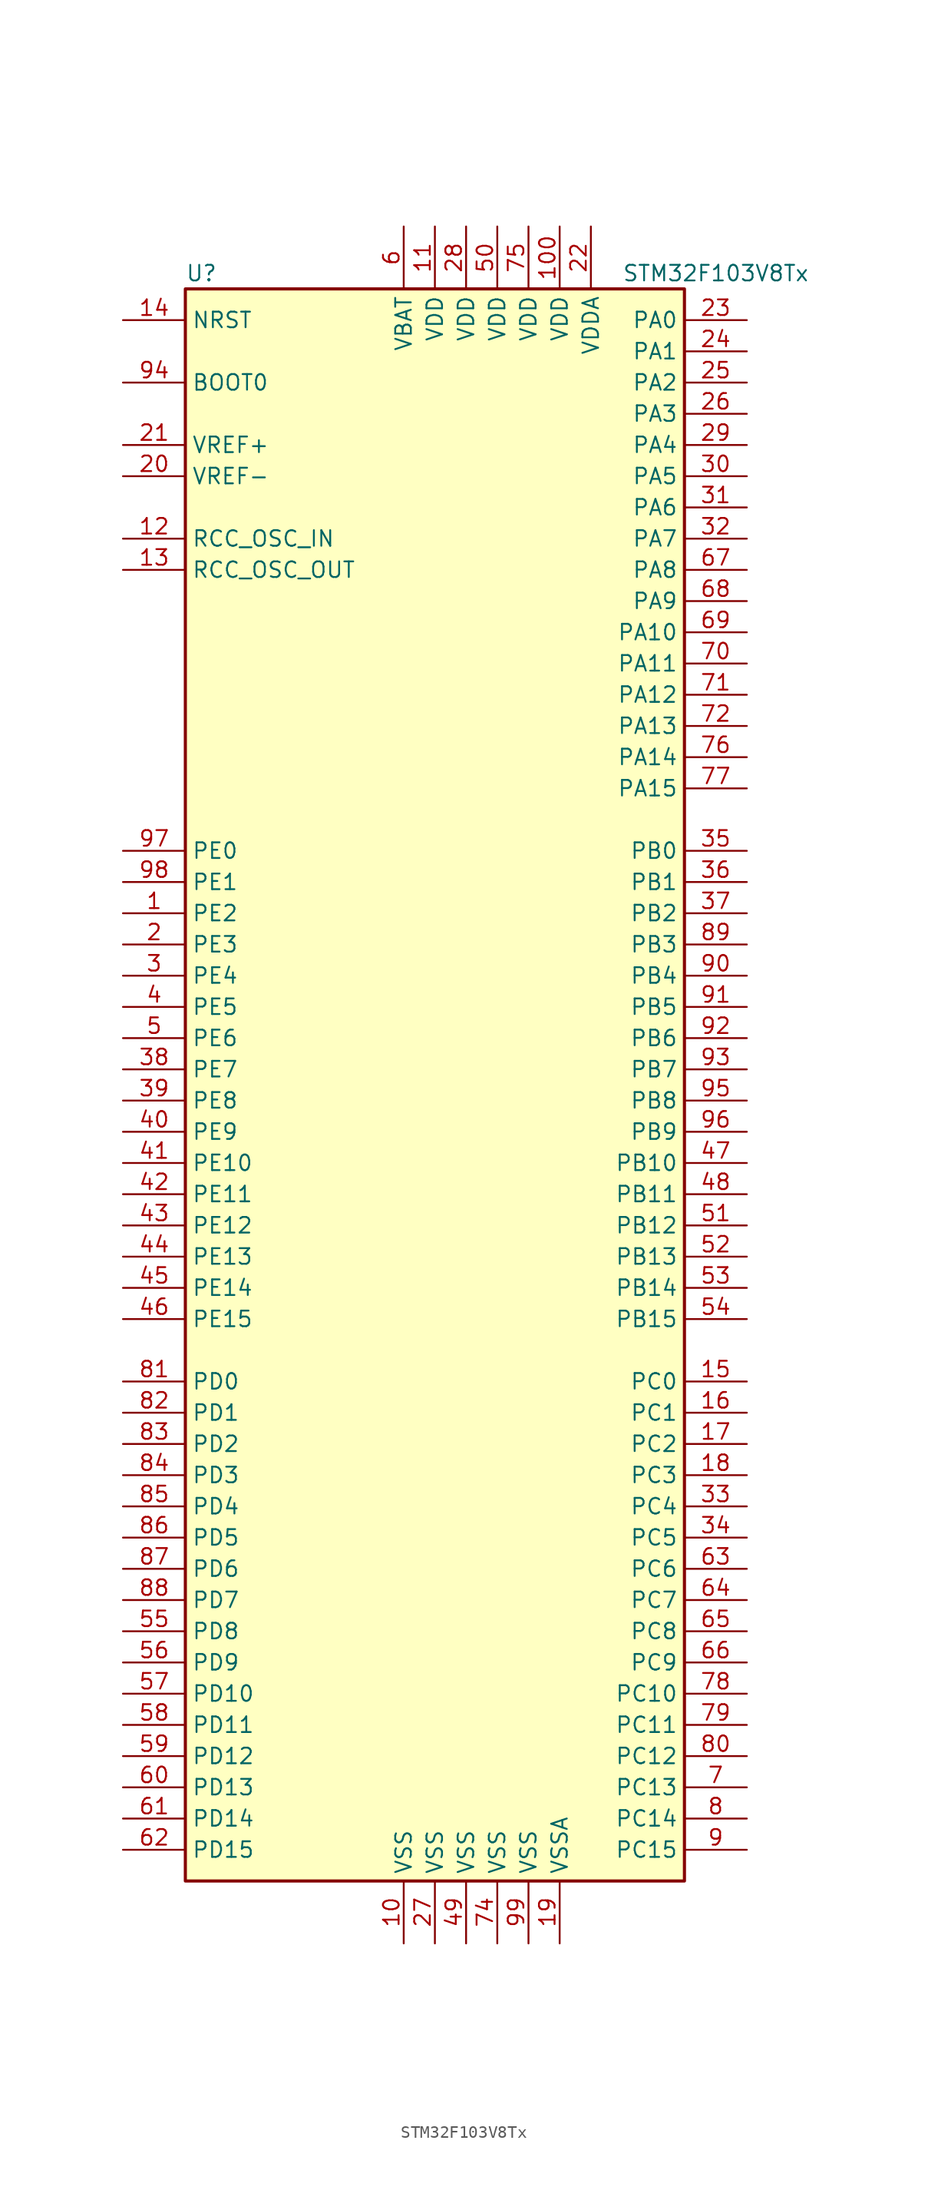
<source format=kicad_sym>
(kicad_symbol_lib
  (version 20211014)
  (generator kicad_symbol_editor)
  (symbol "STM32F103V8Tx"
    (property "Reference" "U"
      (at -20.32 64.77 0)
      (effects (font (size 1.27 1.27)) (justify left)))
    (property "Value" "STM32F103V8Tx"
      (at 15.24 64.77 0)
      (effects (font (size 1.27 1.27)) (justify left)))
    (symbol "STM32F103V8Tx_0_1"
      (rectangle (start -20.32 -66.04) (end 20.32 63.5) (stroke (width 0.254) (type default) (color 0 0 0 0)) (fill (type background))))
    (symbol "STM32F103V8Tx_1_1"
      (pin bidirectional line (at -25.4 12.7 0) (length 5.08) (name "PE2" (effects (font (size 1.27 1.27)))) (number "1" (effects (font (size 1.27 1.27)))))
      (pin power_in line (at -2.54 -71.12 90) (length 5.08) (name "VSS" (effects (font (size 1.27 1.27)))) (number "10" (effects (font (size 1.27 1.27)))))
      (pin power_in line (at 10.16 68.58 270) (length 5.08) (name "VDD" (effects (font (size 1.27 1.27)))) (number "100" (effects (font (size 1.27 1.27)))))
      (pin power_in line (at 0 68.58 270) (length 5.08) (name "VDD" (effects (font (size 1.27 1.27)))) (number "11" (effects (font (size 1.27 1.27)))))
      (pin input line (at -25.4 43.18 0) (length 5.08) (name "RCC_OSC_IN" (effects (font (size 1.27 1.27)))) (number "12" (effects (font (size 1.27 1.27)))))
      (pin input line (at -25.4 40.64 0) (length 5.08) (name "RCC_OSC_OUT" (effects (font (size 1.27 1.27)))) (number "13" (effects (font (size 1.27 1.27)))))
      (pin input line (at -25.4 60.96 0) (length 5.08) (name "NRST" (effects (font (size 1.27 1.27)))) (number "14" (effects (font (size 1.27 1.27)))))
      (pin bidirectional line (at 25.4 -25.4 180) (length 5.08) (name "PC0" (effects (font (size 1.27 1.27)))) (number "15" (effects (font (size 1.27 1.27)))))
      (pin bidirectional line (at 25.4 -27.94 180) (length 5.08) (name "PC1" (effects (font (size 1.27 1.27)))) (number "16" (effects (font (size 1.27 1.27)))))
      (pin bidirectional line (at 25.4 -30.48 180) (length 5.08) (name "PC2" (effects (font (size 1.27 1.27)))) (number "17" (effects (font (size 1.27 1.27)))))
      (pin bidirectional line (at 25.4 -33.02 180) (length 5.08) (name "PC3" (effects (font (size 1.27 1.27)))) (number "18" (effects (font (size 1.27 1.27)))))
      (pin power_in line (at 10.16 -71.12 90) (length 5.08) (name "VSSA" (effects (font (size 1.27 1.27)))) (number "19" (effects (font (size 1.27 1.27)))))
      (pin bidirectional line (at -25.4 10.16 0) (length 5.08) (name "PE3" (effects (font (size 1.27 1.27)))) (number "2" (effects (font (size 1.27 1.27)))))
      (pin power_in line (at -25.4 48.26 0) (length 5.08) (name "VREF-" (effects (font (size 1.27 1.27)))) (number "20" (effects (font (size 1.27 1.27)))))
      (pin power_in line (at -25.4 50.8 0) (length 5.08) (name "VREF+" (effects (font (size 1.27 1.27)))) (number "21" (effects (font (size 1.27 1.27)))))
      (pin power_in line (at 12.7 68.58 270) (length 5.08) (name "VDDA" (effects (font (size 1.27 1.27)))) (number "22" (effects (font (size 1.27 1.27)))))
      (pin bidirectional line (at 25.4 60.96 180) (length 5.08) (name "PA0" (effects (font (size 1.27 1.27)))) (number "23" (effects (font (size 1.27 1.27)))))
      (pin bidirectional line (at 25.4 58.42 180) (length 5.08) (name "PA1" (effects (font (size 1.27 1.27)))) (number "24" (effects (font (size 1.27 1.27)))))
      (pin bidirectional line (at 25.4 55.88 180) (length 5.08) (name "PA2" (effects (font (size 1.27 1.27)))) (number "25" (effects (font (size 1.27 1.27)))))
      (pin bidirectional line (at 25.4 53.34 180) (length 5.08) (name "PA3" (effects (font (size 1.27 1.27)))) (number "26" (effects (font (size 1.27 1.27)))))
      (pin power_in line (at 0 -71.12 90) (length 5.08) (name "VSS" (effects (font (size 1.27 1.27)))) (number "27" (effects (font (size 1.27 1.27)))))
      (pin power_in line (at 2.54 68.58 270) (length 5.08) (name "VDD" (effects (font (size 1.27 1.27)))) (number "28" (effects (font (size 1.27 1.27)))))
      (pin bidirectional line (at 25.4 50.8 180) (length 5.08) (name "PA4" (effects (font (size 1.27 1.27)))) (number "29" (effects (font (size 1.27 1.27)))))
      (pin bidirectional line (at -25.4 7.62 0) (length 5.08) (name "PE4" (effects (font (size 1.27 1.27)))) (number "3" (effects (font (size 1.27 1.27)))))
      (pin bidirectional line (at 25.4 48.26 180) (length 5.08) (name "PA5" (effects (font (size 1.27 1.27)))) (number "30" (effects (font (size 1.27 1.27)))))
      (pin bidirectional line (at 25.4 45.72 180) (length 5.08) (name "PA6" (effects (font (size 1.27 1.27)))) (number "31" (effects (font (size 1.27 1.27)))))
      (pin bidirectional line (at 25.4 43.18 180) (length 5.08) (name "PA7" (effects (font (size 1.27 1.27)))) (number "32" (effects (font (size 1.27 1.27)))))
      (pin bidirectional line (at 25.4 -35.56 180) (length 5.08) (name "PC4" (effects (font (size 1.27 1.27)))) (number "33" (effects (font (size 1.27 1.27)))))
      (pin bidirectional line (at 25.4 -38.1 180) (length 5.08) (name "PC5" (effects (font (size 1.27 1.27)))) (number "34" (effects (font (size 1.27 1.27)))))
      (pin bidirectional line (at 25.4 17.78 180) (length 5.08) (name "PB0" (effects (font (size 1.27 1.27)))) (number "35" (effects (font (size 1.27 1.27)))))
      (pin bidirectional line (at 25.4 15.24 180) (length 5.08) (name "PB1" (effects (font (size 1.27 1.27)))) (number "36" (effects (font (size 1.27 1.27)))))
      (pin bidirectional line (at 25.4 12.7 180) (length 5.08) (name "PB2" (effects (font (size 1.27 1.27)))) (number "37" (effects (font (size 1.27 1.27)))))
      (pin bidirectional line (at -25.4 0 0) (length 5.08) (name "PE7" (effects (font (size 1.27 1.27)))) (number "38" (effects (font (size 1.27 1.27)))))
      (pin bidirectional line (at -25.4 -2.54 0) (length 5.08) (name "PE8" (effects (font (size 1.27 1.27)))) (number "39" (effects (font (size 1.27 1.27)))))
      (pin bidirectional line (at -25.4 5.08 0) (length 5.08) (name "PE5" (effects (font (size 1.27 1.27)))) (number "4" (effects (font (size 1.27 1.27)))))
      (pin bidirectional line (at -25.4 -5.08 0) (length 5.08) (name "PE9" (effects (font (size 1.27 1.27)))) (number "40" (effects (font (size 1.27 1.27)))))
      (pin bidirectional line (at -25.4 -7.62 0) (length 5.08) (name "PE10" (effects (font (size 1.27 1.27)))) (number "41" (effects (font (size 1.27 1.27)))))
      (pin bidirectional line (at -25.4 -10.16 0) (length 5.08) (name "PE11" (effects (font (size 1.27 1.27)))) (number "42" (effects (font (size 1.27 1.27)))))
      (pin bidirectional line (at -25.4 -12.7 0) (length 5.08) (name "PE12" (effects (font (size 1.27 1.27)))) (number "43" (effects (font (size 1.27 1.27)))))
      (pin bidirectional line (at -25.4 -15.24 0) (length 5.08) (name "PE13" (effects (font (size 1.27 1.27)))) (number "44" (effects (font (size 1.27 1.27)))))
      (pin bidirectional line (at -25.4 -17.78 0) (length 5.08) (name "PE14" (effects (font (size 1.27 1.27)))) (number "45" (effects (font (size 1.27 1.27)))))
      (pin bidirectional line (at -25.4 -20.32 0) (length 5.08) (name "PE15" (effects (font (size 1.27 1.27)))) (number "46" (effects (font (size 1.27 1.27)))))
      (pin bidirectional line (at 25.4 -7.62 180) (length 5.08) (name "PB10" (effects (font (size 1.27 1.27)))) (number "47" (effects (font (size 1.27 1.27)))))
      (pin bidirectional line (at 25.4 -10.16 180) (length 5.08) (name "PB11" (effects (font (size 1.27 1.27)))) (number "48" (effects (font (size 1.27 1.27)))))
      (pin power_in line (at 2.54 -71.12 90) (length 5.08) (name "VSS" (effects (font (size 1.27 1.27)))) (number "49" (effects (font (size 1.27 1.27)))))
      (pin bidirectional line (at -25.4 2.54 0) (length 5.08) (name "PE6" (effects (font (size 1.27 1.27)))) (number "5" (effects (font (size 1.27 1.27)))))
      (pin power_in line (at 5.08 68.58 270) (length 5.08) (name "VDD" (effects (font (size 1.27 1.27)))) (number "50" (effects (font (size 1.27 1.27)))))
      (pin bidirectional line (at 25.4 -12.7 180) (length 5.08) (name "PB12" (effects (font (size 1.27 1.27)))) (number "51" (effects (font (size 1.27 1.27)))))
      (pin bidirectional line (at 25.4 -15.24 180) (length 5.08) (name "PB13" (effects (font (size 1.27 1.27)))) (number "52" (effects (font (size 1.27 1.27)))))
      (pin bidirectional line (at 25.4 -17.78 180) (length 5.08) (name "PB14" (effects (font (size 1.27 1.27)))) (number "53" (effects (font (size 1.27 1.27)))))
      (pin bidirectional line (at 25.4 -20.32 180) (length 5.08) (name "PB15" (effects (font (size 1.27 1.27)))) (number "54" (effects (font (size 1.27 1.27)))))
      (pin bidirectional line (at -25.4 -45.72 0) (length 5.08) (name "PD8" (effects (font (size 1.27 1.27)))) (number "55" (effects (font (size 1.27 1.27)))))
      (pin bidirectional line (at -25.4 -48.26 0) (length 5.08) (name "PD9" (effects (font (size 1.27 1.27)))) (number "56" (effects (font (size 1.27 1.27)))))
      (pin bidirectional line (at -25.4 -50.8 0) (length 5.08) (name "PD10" (effects (font (size 1.27 1.27)))) (number "57" (effects (font (size 1.27 1.27)))))
      (pin bidirectional line (at -25.4 -53.34 0) (length 5.08) (name "PD11" (effects (font (size 1.27 1.27)))) (number "58" (effects (font (size 1.27 1.27)))))
      (pin bidirectional line (at -25.4 -55.88 0) (length 5.08) (name "PD12" (effects (font (size 1.27 1.27)))) (number "59" (effects (font (size 1.27 1.27)))))
      (pin power_in line (at -2.54 68.58 270) (length 5.08) (name "VBAT" (effects (font (size 1.27 1.27)))) (number "6" (effects (font (size 1.27 1.27)))))
      (pin bidirectional line (at -25.4 -58.42 0) (length 5.08) (name "PD13" (effects (font (size 1.27 1.27)))) (number "60" (effects (font (size 1.27 1.27)))))
      (pin bidirectional line (at -25.4 -60.96 0) (length 5.08) (name "PD14" (effects (font (size 1.27 1.27)))) (number "61" (effects (font (size 1.27 1.27)))))
      (pin bidirectional line (at -25.4 -63.5 0) (length 5.08) (name "PD15" (effects (font (size 1.27 1.27)))) (number "62" (effects (font (size 1.27 1.27)))))
      (pin bidirectional line (at 25.4 -40.64 180) (length 5.08) (name "PC6" (effects (font (size 1.27 1.27)))) (number "63" (effects (font (size 1.27 1.27)))))
      (pin bidirectional line (at 25.4 -43.18 180) (length 5.08) (name "PC7" (effects (font (size 1.27 1.27)))) (number "64" (effects (font (size 1.27 1.27)))))
      (pin bidirectional line (at 25.4 -45.72 180) (length 5.08) (name "PC8" (effects (font (size 1.27 1.27)))) (number "65" (effects (font (size 1.27 1.27)))))
      (pin bidirectional line (at 25.4 -48.26 180) (length 5.08) (name "PC9" (effects (font (size 1.27 1.27)))) (number "66" (effects (font (size 1.27 1.27)))))
      (pin bidirectional line (at 25.4 40.64 180) (length 5.08) (name "PA8" (effects (font (size 1.27 1.27)))) (number "67" (effects (font (size 1.27 1.27)))))
      (pin bidirectional line (at 25.4 38.1 180) (length 5.08) (name "PA9" (effects (font (size 1.27 1.27)))) (number "68" (effects (font (size 1.27 1.27)))))
      (pin bidirectional line (at 25.4 35.56 180) (length 5.08) (name "PA10" (effects (font (size 1.27 1.27)))) (number "69" (effects (font (size 1.27 1.27)))))
      (pin bidirectional line (at 25.4 -58.42 180) (length 5.08) (name "PC13" (effects (font (size 1.27 1.27)))) (number "7" (effects (font (size 1.27 1.27)))))
      (pin bidirectional line (at 25.4 33.02 180) (length 5.08) (name "PA11" (effects (font (size 1.27 1.27)))) (number "70" (effects (font (size 1.27 1.27)))))
      (pin bidirectional line (at 25.4 30.48 180) (length 5.08) (name "PA12" (effects (font (size 1.27 1.27)))) (number "71" (effects (font (size 1.27 1.27)))))
      (pin bidirectional line (at 25.4 27.94 180) (length 5.08) (name "PA13" (effects (font (size 1.27 1.27)))) (number "72" (effects (font (size 1.27 1.27)))))
      (pin no_connect line (at -20.32 -63.5 0) (length 5.08) hide (name "NC" (effects (font (size 1.27 1.27)))) (number "73" (effects (font (size 1.27 1.27)))))
      (pin power_in line (at 5.08 -71.12 90) (length 5.08) (name "VSS" (effects (font (size 1.27 1.27)))) (number "74" (effects (font (size 1.27 1.27)))))
      (pin power_in line (at 7.62 68.58 270) (length 5.08) (name "VDD" (effects (font (size 1.27 1.27)))) (number "75" (effects (font (size 1.27 1.27)))))
      (pin bidirectional line (at 25.4 25.4 180) (length 5.08) (name "PA14" (effects (font (size 1.27 1.27)))) (number "76" (effects (font (size 1.27 1.27)))))
      (pin bidirectional line (at 25.4 22.86 180) (length 5.08) (name "PA15" (effects (font (size 1.27 1.27)))) (number "77" (effects (font (size 1.27 1.27)))))
      (pin bidirectional line (at 25.4 -50.8 180) (length 5.08) (name "PC10" (effects (font (size 1.27 1.27)))) (number "78" (effects (font (size 1.27 1.27)))))
      (pin bidirectional line (at 25.4 -53.34 180) (length 5.08) (name "PC11" (effects (font (size 1.27 1.27)))) (number "79" (effects (font (size 1.27 1.27)))))
      (pin bidirectional line (at 25.4 -60.96 180) (length 5.08) (name "PC14" (effects (font (size 1.27 1.27)))) (number "8" (effects (font (size 1.27 1.27)))))
      (pin bidirectional line (at 25.4 -55.88 180) (length 5.08) (name "PC12" (effects (font (size 1.27 1.27)))) (number "80" (effects (font (size 1.27 1.27)))))
      (pin bidirectional line (at -25.4 -25.4 0) (length 5.08) (name "PD0" (effects (font (size 1.27 1.27)))) (number "81" (effects (font (size 1.27 1.27)))))
      (pin bidirectional line (at -25.4 -27.94 0) (length 5.08) (name "PD1" (effects (font (size 1.27 1.27)))) (number "82" (effects (font (size 1.27 1.27)))))
      (pin bidirectional line (at -25.4 -30.48 0) (length 5.08) (name "PD2" (effects (font (size 1.27 1.27)))) (number "83" (effects (font (size 1.27 1.27)))))
      (pin bidirectional line (at -25.4 -33.02 0) (length 5.08) (name "PD3" (effects (font (size 1.27 1.27)))) (number "84" (effects (font (size 1.27 1.27)))))
      (pin bidirectional line (at -25.4 -35.56 0) (length 5.08) (name "PD4" (effects (font (size 1.27 1.27)))) (number "85" (effects (font (size 1.27 1.27)))))
      (pin bidirectional line (at -25.4 -38.1 0) (length 5.08) (name "PD5" (effects (font (size 1.27 1.27)))) (number "86" (effects (font (size 1.27 1.27)))))
      (pin bidirectional line (at -25.4 -40.64 0) (length 5.08) (name "PD6" (effects (font (size 1.27 1.27)))) (number "87" (effects (font (size 1.27 1.27)))))
      (pin bidirectional line (at -25.4 -43.18 0) (length 5.08) (name "PD7" (effects (font (size 1.27 1.27)))) (number "88" (effects (font (size 1.27 1.27)))))
      (pin bidirectional line (at 25.4 10.16 180) (length 5.08) (name "PB3" (effects (font (size 1.27 1.27)))) (number "89" (effects (font (size 1.27 1.27)))))
      (pin bidirectional line (at 25.4 -63.5 180) (length 5.08) (name "PC15" (effects (font (size 1.27 1.27)))) (number "9" (effects (font (size 1.27 1.27)))))
      (pin bidirectional line (at 25.4 7.62 180) (length 5.08) (name "PB4" (effects (font (size 1.27 1.27)))) (number "90" (effects (font (size 1.27 1.27)))))
      (pin bidirectional line (at 25.4 5.08 180) (length 5.08) (name "PB5" (effects (font (size 1.27 1.27)))) (number "91" (effects (font (size 1.27 1.27)))))
      (pin bidirectional line (at 25.4 2.54 180) (length 5.08) (name "PB6" (effects (font (size 1.27 1.27)))) (number "92" (effects (font (size 1.27 1.27)))))
      (pin bidirectional line (at 25.4 0 180) (length 5.08) (name "PB7" (effects (font (size 1.27 1.27)))) (number "93" (effects (font (size 1.27 1.27)))))
      (pin input line (at -25.4 55.88 0) (length 5.08) (name "BOOT0" (effects (font (size 1.27 1.27)))) (number "94" (effects (font (size 1.27 1.27)))))
      (pin bidirectional line (at 25.4 -2.54 180) (length 5.08) (name "PB8" (effects (font (size 1.27 1.27)))) (number "95" (effects (font (size 1.27 1.27)))))
      (pin bidirectional line (at 25.4 -5.08 180) (length 5.08) (name "PB9" (effects (font (size 1.27 1.27)))) (number "96" (effects (font (size 1.27 1.27)))))
      (pin bidirectional line (at -25.4 17.78 0) (length 5.08) (name "PE0" (effects (font (size 1.27 1.27)))) (number "97" (effects (font (size 1.27 1.27)))))
      (pin bidirectional line (at -25.4 15.24 0) (length 5.08) (name "PE1" (effects (font (size 1.27 1.27)))) (number "98" (effects (font (size 1.27 1.27)))))
      (pin power_in line (at 7.62 -71.12 90) (length 5.08) (name "VSS" (effects (font (size 1.27 1.27)))) (number "99" (effects (font (size 1.27 1.27))))))))
</source>
